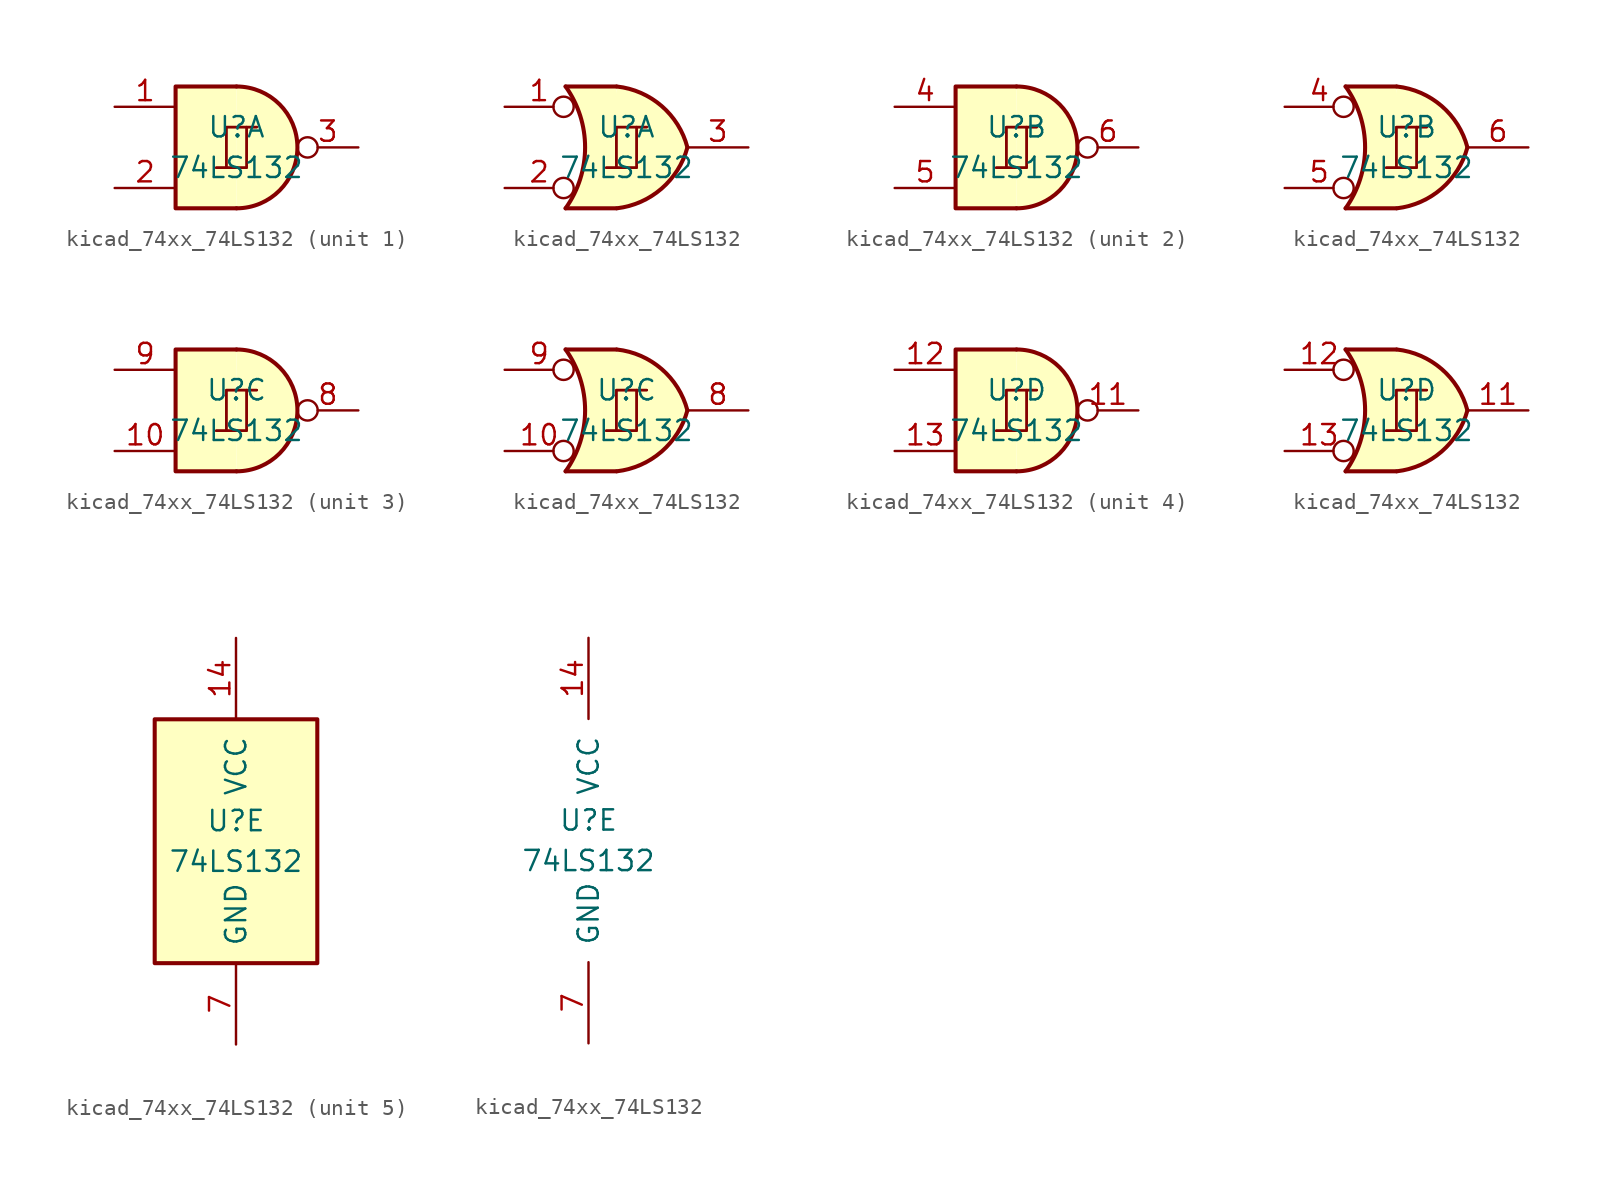
<source format=kicad_sym>
(kicad_symbol_lib
  (version 20220914)
  (generator kicad_symbol_editor)
  (symbol "kicad_74xx_74LS132"
    (pin_names
      (offset 1.016))
    (property "Reference" "U"
      (at 0 1.27 0)
      (effects (font (size 1.27 1.27))))
    (property "Value" "74LS132"
      (at 0 -1.27 0)
      (effects (font (size 1.27 1.27))))
    (property "ki_locked" ""
      (at 0 0 0)
      (effects (font (size 1.27 1.27))))
    (symbol "kicad_74xx_74LS132_1_0"
      (polyline (pts (xy -0.635 -1.27) (xy -0.635 1.27) (xy 0.635 1.27)) (stroke (width 0) (type default)) (fill (type none)))
      (polyline (pts (xy -0.635 -1.27) (xy -0.635 1.27) (xy 0.635 1.27)) (stroke (width 0) (type default)) (fill (type none)))
      (polyline (pts (xy -1.27 -1.27) (xy 0.635 -1.27) (xy 0.635 1.27) (xy 1.27 1.27)) (stroke (width 0) (type default)) (fill (type none)))
      (polyline (pts (xy -1.27 -1.27) (xy 0.635 -1.27) (xy 0.635 1.27) (xy 1.27 1.27)) (stroke (width 0) (type default)) (fill (type none))))
    (symbol "kicad_74xx_74LS132_1_1"
      (arc (start 0 -3.81) (mid 3.7934 0) (end 0 3.81) (stroke (width 0.254) (type default)) (fill (type background)))
      (polyline (pts (xy 0 3.81) (xy -3.81 3.81) (xy -3.81 -3.81) (xy 0 -3.81)) (stroke (width 0.254) (type default)) (fill (type background)))
      (pin input line (at -7.62 2.54 0) (length 3.81) (name "~" (effects (font (size 1.27 1.27)))) (number "1" (effects (font (size 1.27 1.27)))))
      (pin input line (at -7.62 -2.54 0) (length 3.81) (name "~" (effects (font (size 1.27 1.27)))) (number "2" (effects (font (size 1.27 1.27)))))
      (pin output inverted (at 7.62 0 180) (length 3.81) (name "~" (effects (font (size 1.27 1.27)))) (number "3" (effects (font (size 1.27 1.27))))))
    (symbol "kicad_74xx_74LS132_1_2"
      (arc (start -3.81 -3.81) (mid -2.589 0) (end -3.81 3.81) (stroke (width 0.254) (type default)) (fill (type none)))
      (arc (start -0.6096 -3.81) (mid 2.1842 -2.5851) (end 3.81 0) (stroke (width 0.254) (type default)) (fill (type background)))
      (polyline (pts (xy -3.81 -3.81) (xy -0.635 -3.81)) (stroke (width 0.254) (type default)) (fill (type background)))
      (polyline (pts (xy -3.81 3.81) (xy -0.635 3.81)) (stroke (width 0.254) (type default)) (fill (type background)))
      (polyline (pts (xy -0.635 3.81) (xy -3.81 3.81) (xy -3.81 3.81) (xy -3.556 3.404) (xy -3.023 2.261) (xy -2.692 1.041) (xy -2.616 -0.254) (xy -2.769 -1.499) (xy -3.175 -2.718) (xy -3.81 -3.81) (xy -3.81 -3.81) (xy -0.635 -3.81)) (stroke (width -25.4) (type default)) (fill (type background)))
      (arc (start 3.81 0) (mid 2.1915 2.5936) (end -0.6096 3.81) (stroke (width 0.254) (type default)) (fill (type background)))
      (pin input inverted (at -7.62 2.54 0) (length 4.318) (name "~" (effects (font (size 1.27 1.27)))) (number "1" (effects (font (size 1.27 1.27)))))
      (pin input inverted (at -7.62 -2.54 0) (length 4.318) (name "~" (effects (font (size 1.27 1.27)))) (number "2" (effects (font (size 1.27 1.27)))))
      (pin output line (at 7.62 0 180) (length 3.81) (name "~" (effects (font (size 1.27 1.27)))) (number "3" (effects (font (size 1.27 1.27))))))
    (symbol "kicad_74xx_74LS132_2_0"
      (polyline (pts (xy -0.635 -1.27) (xy -0.635 1.27) (xy 0.635 1.27)) (stroke (width 0) (type default)) (fill (type none)))
      (polyline (pts (xy -0.635 -1.27) (xy -0.635 1.27) (xy 0.635 1.27)) (stroke (width 0) (type default)) (fill (type none)))
      (polyline (pts (xy -1.27 -1.27) (xy 0.635 -1.27) (xy 0.635 1.27) (xy 1.27 1.27)) (stroke (width 0) (type default)) (fill (type none)))
      (polyline (pts (xy -1.27 -1.27) (xy 0.635 -1.27) (xy 0.635 1.27) (xy 1.27 1.27)) (stroke (width 0) (type default)) (fill (type none))))
    (symbol "kicad_74xx_74LS132_2_1"
      (arc (start 0 -3.81) (mid 3.7934 0) (end 0 3.81) (stroke (width 0.254) (type default)) (fill (type background)))
      (polyline (pts (xy 0 3.81) (xy -3.81 3.81) (xy -3.81 -3.81) (xy 0 -3.81)) (stroke (width 0.254) (type default)) (fill (type background)))
      (pin input line (at -7.62 2.54 0) (length 3.81) (name "~" (effects (font (size 1.27 1.27)))) (number "4" (effects (font (size 1.27 1.27)))))
      (pin input line (at -7.62 -2.54 0) (length 3.81) (name "~" (effects (font (size 1.27 1.27)))) (number "5" (effects (font (size 1.27 1.27)))))
      (pin output inverted (at 7.62 0 180) (length 3.81) (name "~" (effects (font (size 1.27 1.27)))) (number "6" (effects (font (size 1.27 1.27))))))
    (symbol "kicad_74xx_74LS132_2_2"
      (arc (start -3.81 -3.81) (mid -2.589 0) (end -3.81 3.81) (stroke (width 0.254) (type default)) (fill (type none)))
      (arc (start -0.6096 -3.81) (mid 2.1842 -2.5851) (end 3.81 0) (stroke (width 0.254) (type default)) (fill (type background)))
      (polyline (pts (xy -3.81 -3.81) (xy -0.635 -3.81)) (stroke (width 0.254) (type default)) (fill (type background)))
      (polyline (pts (xy -3.81 3.81) (xy -0.635 3.81)) (stroke (width 0.254) (type default)) (fill (type background)))
      (polyline (pts (xy -0.635 3.81) (xy -3.81 3.81) (xy -3.81 3.81) (xy -3.556 3.404) (xy -3.023 2.261) (xy -2.692 1.041) (xy -2.616 -0.254) (xy -2.769 -1.499) (xy -3.175 -2.718) (xy -3.81 -3.81) (xy -3.81 -3.81) (xy -0.635 -3.81)) (stroke (width -25.4) (type default)) (fill (type background)))
      (arc (start 3.81 0) (mid 2.1915 2.5936) (end -0.6096 3.81) (stroke (width 0.254) (type default)) (fill (type background)))
      (pin input inverted (at -7.62 2.54 0) (length 4.318) (name "~" (effects (font (size 1.27 1.27)))) (number "4" (effects (font (size 1.27 1.27)))))
      (pin input inverted (at -7.62 -2.54 0) (length 4.318) (name "~" (effects (font (size 1.27 1.27)))) (number "5" (effects (font (size 1.27 1.27)))))
      (pin output line (at 7.62 0 180) (length 3.81) (name "~" (effects (font (size 1.27 1.27)))) (number "6" (effects (font (size 1.27 1.27))))))
    (symbol "kicad_74xx_74LS132_3_0"
      (polyline (pts (xy -0.635 -1.27) (xy -0.635 1.27) (xy 0.635 1.27)) (stroke (width 0) (type default)) (fill (type none)))
      (polyline (pts (xy -0.635 -1.27) (xy -0.635 1.27) (xy 0.635 1.27)) (stroke (width 0) (type default)) (fill (type none)))
      (polyline (pts (xy -1.27 -1.27) (xy 0.635 -1.27) (xy 0.635 1.27) (xy 1.27 1.27)) (stroke (width 0) (type default)) (fill (type none)))
      (polyline (pts (xy -1.27 -1.27) (xy 0.635 -1.27) (xy 0.635 1.27) (xy 1.27 1.27)) (stroke (width 0) (type default)) (fill (type none))))
    (symbol "kicad_74xx_74LS132_3_1"
      (arc (start 0 -3.81) (mid 3.7934 0) (end 0 3.81) (stroke (width 0.254) (type default)) (fill (type background)))
      (polyline (pts (xy 0 3.81) (xy -3.81 3.81) (xy -3.81 -3.81) (xy 0 -3.81)) (stroke (width 0.254) (type default)) (fill (type background)))
      (pin input line (at -7.62 -2.54 0) (length 3.81) (name "~" (effects (font (size 1.27 1.27)))) (number "10" (effects (font (size 1.27 1.27)))))
      (pin output inverted (at 7.62 0 180) (length 3.81) (name "~" (effects (font (size 1.27 1.27)))) (number "8" (effects (font (size 1.27 1.27)))))
      (pin input line (at -7.62 2.54 0) (length 3.81) (name "~" (effects (font (size 1.27 1.27)))) (number "9" (effects (font (size 1.27 1.27))))))
    (symbol "kicad_74xx_74LS132_3_2"
      (arc (start -3.81 -3.81) (mid -2.589 0) (end -3.81 3.81) (stroke (width 0.254) (type default)) (fill (type none)))
      (arc (start -0.6096 -3.81) (mid 2.1842 -2.5851) (end 3.81 0) (stroke (width 0.254) (type default)) (fill (type background)))
      (polyline (pts (xy -3.81 -3.81) (xy -0.635 -3.81)) (stroke (width 0.254) (type default)) (fill (type background)))
      (polyline (pts (xy -3.81 3.81) (xy -0.635 3.81)) (stroke (width 0.254) (type default)) (fill (type background)))
      (polyline (pts (xy -0.635 3.81) (xy -3.81 3.81) (xy -3.81 3.81) (xy -3.556 3.404) (xy -3.023 2.261) (xy -2.692 1.041) (xy -2.616 -0.254) (xy -2.769 -1.499) (xy -3.175 -2.718) (xy -3.81 -3.81) (xy -3.81 -3.81) (xy -0.635 -3.81)) (stroke (width -25.4) (type default)) (fill (type background)))
      (arc (start 3.81 0) (mid 2.1915 2.5936) (end -0.6096 3.81) (stroke (width 0.254) (type default)) (fill (type background)))
      (pin input inverted (at -7.62 -2.54 0) (length 4.318) (name "~" (effects (font (size 1.27 1.27)))) (number "10" (effects (font (size 1.27 1.27)))))
      (pin output line (at 7.62 0 180) (length 3.81) (name "~" (effects (font (size 1.27 1.27)))) (number "8" (effects (font (size 1.27 1.27)))))
      (pin input inverted (at -7.62 2.54 0) (length 4.318) (name "~" (effects (font (size 1.27 1.27)))) (number "9" (effects (font (size 1.27 1.27))))))
    (symbol "kicad_74xx_74LS132_4_0"
      (polyline (pts (xy -0.635 -1.27) (xy -0.635 1.27) (xy 0.635 1.27)) (stroke (width 0) (type default)) (fill (type none)))
      (polyline (pts (xy -0.635 -1.27) (xy -0.635 1.27) (xy 0.635 1.27)) (stroke (width 0) (type default)) (fill (type none)))
      (polyline (pts (xy -1.27 -1.27) (xy 0.635 -1.27) (xy 0.635 1.27) (xy 1.27 1.27)) (stroke (width 0) (type default)) (fill (type none)))
      (polyline (pts (xy -1.27 -1.27) (xy 0.635 -1.27) (xy 0.635 1.27) (xy 1.27 1.27)) (stroke (width 0) (type default)) (fill (type none))))
    (symbol "kicad_74xx_74LS132_4_1"
      (arc (start 0 -3.81) (mid 3.7934 0) (end 0 3.81) (stroke (width 0.254) (type default)) (fill (type background)))
      (polyline (pts (xy 0 3.81) (xy -3.81 3.81) (xy -3.81 -3.81) (xy 0 -3.81)) (stroke (width 0.254) (type default)) (fill (type background)))
      (pin output inverted (at 7.62 0 180) (length 3.81) (name "~" (effects (font (size 1.27 1.27)))) (number "11" (effects (font (size 1.27 1.27)))))
      (pin input line (at -7.62 2.54 0) (length 3.81) (name "~" (effects (font (size 1.27 1.27)))) (number "12" (effects (font (size 1.27 1.27)))))
      (pin input line (at -7.62 -2.54 0) (length 3.81) (name "~" (effects (font (size 1.27 1.27)))) (number "13" (effects (font (size 1.27 1.27))))))
    (symbol "kicad_74xx_74LS132_4_2"
      (arc (start -3.81 -3.81) (mid -2.589 0) (end -3.81 3.81) (stroke (width 0.254) (type default)) (fill (type none)))
      (arc (start -0.6096 -3.81) (mid 2.1842 -2.5851) (end 3.81 0) (stroke (width 0.254) (type default)) (fill (type background)))
      (polyline (pts (xy -3.81 -3.81) (xy -0.635 -3.81)) (stroke (width 0.254) (type default)) (fill (type background)))
      (polyline (pts (xy -3.81 3.81) (xy -0.635 3.81)) (stroke (width 0.254) (type default)) (fill (type background)))
      (polyline (pts (xy -0.635 3.81) (xy -3.81 3.81) (xy -3.81 3.81) (xy -3.556 3.404) (xy -3.023 2.261) (xy -2.692 1.041) (xy -2.616 -0.254) (xy -2.769 -1.499) (xy -3.175 -2.718) (xy -3.81 -3.81) (xy -3.81 -3.81) (xy -0.635 -3.81)) (stroke (width -25.4) (type default)) (fill (type background)))
      (arc (start 3.81 0) (mid 2.1915 2.5936) (end -0.6096 3.81) (stroke (width 0.254) (type default)) (fill (type background)))
      (pin output line (at 7.62 0 180) (length 3.81) (name "~" (effects (font (size 1.27 1.27)))) (number "11" (effects (font (size 1.27 1.27)))))
      (pin input inverted (at -7.62 2.54 0) (length 4.318) (name "~" (effects (font (size 1.27 1.27)))) (number "12" (effects (font (size 1.27 1.27)))))
      (pin input inverted (at -7.62 -2.54 0) (length 4.318) (name "~" (effects (font (size 1.27 1.27)))) (number "13" (effects (font (size 1.27 1.27))))))
    (symbol "kicad_74xx_74LS132_5_0"
      (pin power_in line (at 0 12.7 270) (length 5.08) (name "VCC" (effects (font (size 1.27 1.27)))) (number "14" (effects (font (size 1.27 1.27)))))
      (pin power_in line (at 0 -12.7 90) (length 5.08) (name "GND" (effects (font (size 1.27 1.27)))) (number "7" (effects (font (size 1.27 1.27))))))
    (symbol "kicad_74xx_74LS132_5_1"
      (rectangle (start -5.08 7.62) (end 5.08 -7.62) (stroke (width 0.254) (type default)) (fill (type background))))))
</source>
